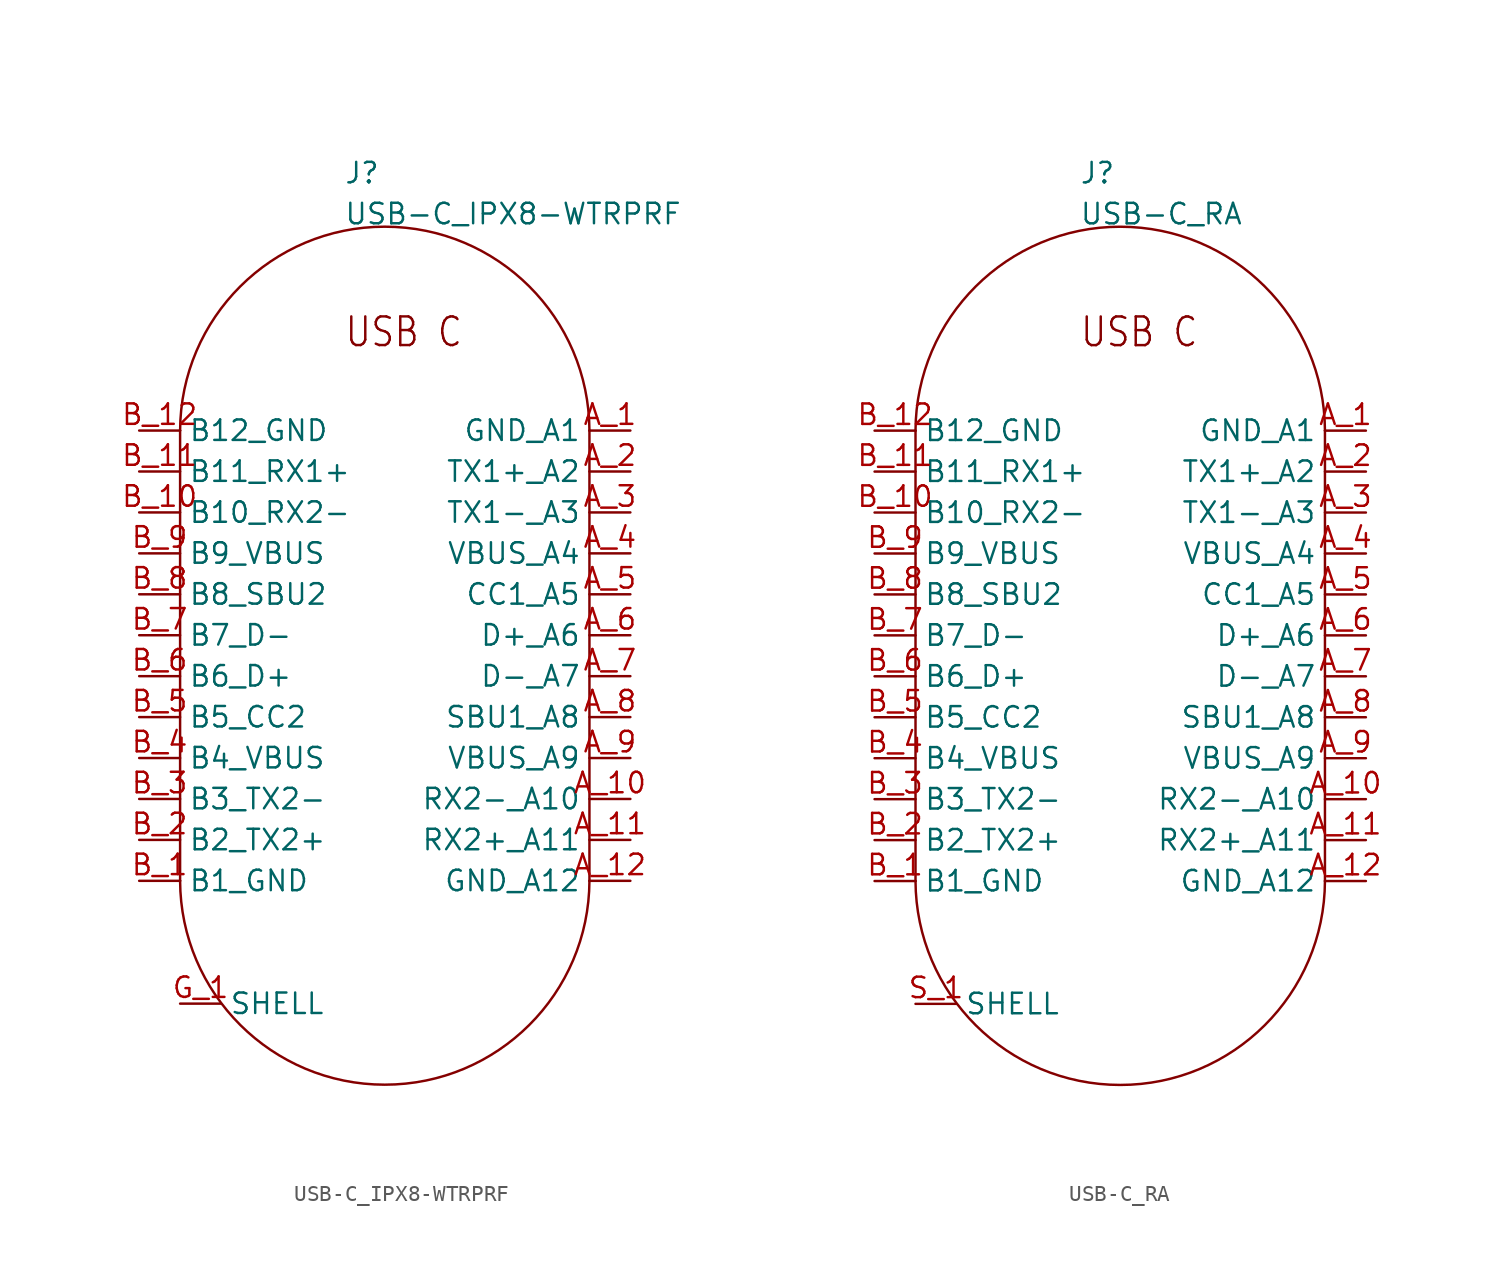
<source format=kicad_sym>
(kicad_symbol_lib
  (version 20211014)
  (generator kicad_symbol_editor)
  (symbol "USB-C_IPX8-WTRPRF"
    (pin_names)
    (property "Reference" "J"
      (at -2.54 27.94 0)
      (effects (font (size 1.27 1.27)) (justify left bottom)))
    (property "Value" "USB-C_IPX8-WTRPRF"
      (at -2.54 25.4 0)
      (effects (font (size 1.27 1.27)) (justify left bottom)))
    (property "Datasheet" ""
      (at 0 0 0))
    (property "ki_fp_filters" "FlashPCB_Connectors:USB-C_RA_TE_2305018-2"
      (at 0 0 0))
    (symbol "USB-C_IPX8-WTRPRF_1_1"
      (text "USB C" (at -2.54 17.78 0) (effects (font (size 1.778 1.52)) (justify left bottom)))
      (polyline (pts (xy -12.7 12.7) (xy -12.7 -15.24)) (stroke (width 0.152)) (fill (type none)))
      (arc (start -12.7 -15.24) (mid 0 -27.939999999999998) (end 12.7 -15.24) (stroke (width 0.1524) (type default)) (fill (type none)))
      (polyline (pts (xy 12.7 -15.24) (xy 12.7 12.7)) (stroke (width 0.152)) (fill (type none)))
      (arc (start 12.7 12.7) (mid 0 25.4) (end -12.7 12.7) (stroke (width 0.1524) (type default)) (fill (type none)))
      (pin bidirectional line (at 15.24 12.7 180) (length 2.54) (name "GND_A1" (effects (font (size 1.27 1.27)))) (number "A_1" (effects (font (size 1.27 1.27)))))
      (pin bidirectional line (at 15.24 10.16 180) (length 2.54) (name "TX1+_A2" (effects (font (size 1.27 1.27)))) (number "A_2" (effects (font (size 1.27 1.27)))))
      (pin bidirectional line (at 15.24 7.62 180) (length 2.54) (name "TX1-_A3" (effects (font (size 1.27 1.27)))) (number "A_3" (effects (font (size 1.27 1.27)))))
      (pin bidirectional line (at 15.24 5.08 180) (length 2.54) (name "VBUS_A4" (effects (font (size 1.27 1.27)))) (number "A_4" (effects (font (size 1.27 1.27)))))
      (pin bidirectional line (at 15.24 2.54 180) (length 2.54) (name "CC1_A5" (effects (font (size 1.27 1.27)))) (number "A_5" (effects (font (size 1.27 1.27)))))
      (pin bidirectional line (at 15.24 0 180) (length 2.54) (name "D+_A6" (effects (font (size 1.27 1.27)))) (number "A_6" (effects (font (size 1.27 1.27)))))
      (pin bidirectional line (at 15.24 -2.54 180) (length 2.54) (name "D-_A7" (effects (font (size 1.27 1.27)))) (number "A_7" (effects (font (size 1.27 1.27)))))
      (pin bidirectional line (at 15.24 -5.08 180) (length 2.54) (name "SBU1_A8" (effects (font (size 1.27 1.27)))) (number "A_8" (effects (font (size 1.27 1.27)))))
      (pin bidirectional line (at 15.24 -7.62 180) (length 2.54) (name "VBUS_A9" (effects (font (size 1.27 1.27)))) (number "A_9" (effects (font (size 1.27 1.27)))))
      (pin bidirectional line (at 15.24 -10.16 180) (length 2.54) (name "RX2-_A10" (effects (font (size 1.27 1.27)))) (number "A_10" (effects (font (size 1.27 1.27)))))
      (pin bidirectional line (at 15.24 -12.7 180) (length 2.54) (name "RX2+_A11" (effects (font (size 1.27 1.27)))) (number "A_11" (effects (font (size 1.27 1.27)))))
      (pin bidirectional line (at 15.24 -15.24 180) (length 2.54) (name "GND_A12" (effects (font (size 1.27 1.27)))) (number "A_12" (effects (font (size 1.27 1.27)))))
      (pin bidirectional line (at -15.24 -15.24 0) (length 2.54) (name "B1_GND" (effects (font (size 1.27 1.27)))) (number "B_1" (effects (font (size 1.27 1.27)))))
      (pin bidirectional line (at -15.24 -12.7 0) (length 2.54) (name "B2_TX2+" (effects (font (size 1.27 1.27)))) (number "B_2" (effects (font (size 1.27 1.27)))))
      (pin bidirectional line (at -15.24 -10.16 0) (length 2.54) (name "B3_TX2-" (effects (font (size 1.27 1.27)))) (number "B_3" (effects (font (size 1.27 1.27)))))
      (pin bidirectional line (at -15.24 -7.62 0) (length 2.54) (name "B4_VBUS" (effects (font (size 1.27 1.27)))) (number "B_4" (effects (font (size 1.27 1.27)))))
      (pin bidirectional line (at -15.24 -5.08 0) (length 2.54) (name "B5_CC2" (effects (font (size 1.27 1.27)))) (number "B_5" (effects (font (size 1.27 1.27)))))
      (pin bidirectional line (at -15.24 -2.54 0) (length 2.54) (name "B6_D+" (effects (font (size 1.27 1.27)))) (number "B_6" (effects (font (size 1.27 1.27)))))
      (pin bidirectional line (at -15.24 0 0) (length 2.54) (name "B7_D-" (effects (font (size 1.27 1.27)))) (number "B_7" (effects (font (size 1.27 1.27)))))
      (pin bidirectional line (at -15.24 2.54 0) (length 2.54) (name "B8_SBU2" (effects (font (size 1.27 1.27)))) (number "B_8" (effects (font (size 1.27 1.27)))))
      (pin bidirectional line (at -15.24 5.08 0) (length 2.54) (name "B9_VBUS" (effects (font (size 1.27 1.27)))) (number "B_9" (effects (font (size 1.27 1.27)))))
      (pin bidirectional line (at -15.24 7.62 0) (length 2.54) (name "B10_RX2-" (effects (font (size 1.27 1.27)))) (number "B_10" (effects (font (size 1.27 1.27)))))
      (pin bidirectional line (at -15.24 10.16 0) (length 2.54) (name "B11_RX1+" (effects (font (size 1.27 1.27)))) (number "B_11" (effects (font (size 1.27 1.27)))))
      (pin bidirectional line (at -15.24 12.7 0) (length 2.54) (name "B12_GND" (effects (font (size 1.27 1.27)))) (number "B_12" (effects (font (size 1.27 1.27)))))
      (pin bidirectional line (at -12.7 -22.86 0) (length 2.54) (name "SHELL" (effects (font (size 1.27 1.27)))) (number "G_1" (effects (font (size 1.27 1.27)))))
      (pin bidirectional line (at -12.7 -22.86 0) (length 2.54) hide (name "SHELL" (effects (font (size 1.27 1.27)))) (number "G_2" (effects (font (size 1.27 1.27)))))))
  (symbol "USB-C_RA"
    (pin_names)
    (property "Reference" "J"
      (at -2.54 27.94 0)
      (effects (font (size 1.27 1.27)) (justify left bottom)))
    (property "Value" "USB-C_RA"
      (at -2.54 25.4 0)
      (effects (font (size 1.27 1.27)) (justify left bottom)))
    (property "Datasheet" ""
      (at 0 0 0))
    (property "ki_fp_filters" "FlashPCB_Connectors:USB-C_3.2_RA_AMP_12401610E4#2A"
      (at 0 0 0))
    (symbol "USB-C_RA_1_1"
      (text "USB C" (at -2.54 17.78 0) (effects (font (size 1.778 1.52)) (justify left bottom)))
      (polyline (pts (xy -12.7 12.7) (xy -12.7 -15.24)) (stroke (width 0.152)) (fill (type none)))
      (arc (start -12.7 -15.24) (mid 0 -27.939999999999998) (end 12.7 -15.24) (stroke (width 0.1524) (type default)) (fill (type none)))
      (polyline (pts (xy 12.7 -15.24) (xy 12.7 12.7)) (stroke (width 0.152)) (fill (type none)))
      (arc (start 12.7 12.7) (mid 0 25.4) (end -12.7 12.7) (stroke (width 0.1524) (type default)) (fill (type none)))
      (pin bidirectional line (at 15.24 12.7 180) (length 2.54) (name "GND_A1" (effects (font (size 1.27 1.27)))) (number "A_1" (effects (font (size 1.27 1.27)))))
      (pin bidirectional line (at 15.24 10.16 180) (length 2.54) (name "TX1+_A2" (effects (font (size 1.27 1.27)))) (number "A_2" (effects (font (size 1.27 1.27)))))
      (pin bidirectional line (at 15.24 7.62 180) (length 2.54) (name "TX1-_A3" (effects (font (size 1.27 1.27)))) (number "A_3" (effects (font (size 1.27 1.27)))))
      (pin bidirectional line (at 15.24 5.08 180) (length 2.54) (name "VBUS_A4" (effects (font (size 1.27 1.27)))) (number "A_4" (effects (font (size 1.27 1.27)))))
      (pin bidirectional line (at 15.24 2.54 180) (length 2.54) (name "CC1_A5" (effects (font (size 1.27 1.27)))) (number "A_5" (effects (font (size 1.27 1.27)))))
      (pin bidirectional line (at 15.24 0 180) (length 2.54) (name "D+_A6" (effects (font (size 1.27 1.27)))) (number "A_6" (effects (font (size 1.27 1.27)))))
      (pin bidirectional line (at 15.24 -2.54 180) (length 2.54) (name "D-_A7" (effects (font (size 1.27 1.27)))) (number "A_7" (effects (font (size 1.27 1.27)))))
      (pin bidirectional line (at 15.24 -5.08 180) (length 2.54) (name "SBU1_A8" (effects (font (size 1.27 1.27)))) (number "A_8" (effects (font (size 1.27 1.27)))))
      (pin bidirectional line (at 15.24 -7.62 180) (length 2.54) (name "VBUS_A9" (effects (font (size 1.27 1.27)))) (number "A_9" (effects (font (size 1.27 1.27)))))
      (pin bidirectional line (at 15.24 -10.16 180) (length 2.54) (name "RX2-_A10" (effects (font (size 1.27 1.27)))) (number "A_10" (effects (font (size 1.27 1.27)))))
      (pin bidirectional line (at 15.24 -12.7 180) (length 2.54) (name "RX2+_A11" (effects (font (size 1.27 1.27)))) (number "A_11" (effects (font (size 1.27 1.27)))))
      (pin bidirectional line (at 15.24 -15.24 180) (length 2.54) (name "GND_A12" (effects (font (size 1.27 1.27)))) (number "A_12" (effects (font (size 1.27 1.27)))))
      (pin bidirectional line (at -15.24 -15.24 0) (length 2.54) (name "B1_GND" (effects (font (size 1.27 1.27)))) (number "B_1" (effects (font (size 1.27 1.27)))))
      (pin bidirectional line (at -15.24 -12.7 0) (length 2.54) (name "B2_TX2+" (effects (font (size 1.27 1.27)))) (number "B_2" (effects (font (size 1.27 1.27)))))
      (pin bidirectional line (at -15.24 -10.16 0) (length 2.54) (name "B3_TX2-" (effects (font (size 1.27 1.27)))) (number "B_3" (effects (font (size 1.27 1.27)))))
      (pin bidirectional line (at -15.24 -7.62 0) (length 2.54) (name "B4_VBUS" (effects (font (size 1.27 1.27)))) (number "B_4" (effects (font (size 1.27 1.27)))))
      (pin bidirectional line (at -15.24 -5.08 0) (length 2.54) (name "B5_CC2" (effects (font (size 1.27 1.27)))) (number "B_5" (effects (font (size 1.27 1.27)))))
      (pin bidirectional line (at -15.24 -2.54 0) (length 2.54) (name "B6_D+" (effects (font (size 1.27 1.27)))) (number "B_6" (effects (font (size 1.27 1.27)))))
      (pin bidirectional line (at -15.24 0 0) (length 2.54) (name "B7_D-" (effects (font (size 1.27 1.27)))) (number "B_7" (effects (font (size 1.27 1.27)))))
      (pin bidirectional line (at -15.24 2.54 0) (length 2.54) (name "B8_SBU2" (effects (font (size 1.27 1.27)))) (number "B_8" (effects (font (size 1.27 1.27)))))
      (pin bidirectional line (at -15.24 5.08 0) (length 2.54) (name "B9_VBUS" (effects (font (size 1.27 1.27)))) (number "B_9" (effects (font (size 1.27 1.27)))))
      (pin bidirectional line (at -15.24 7.62 0) (length 2.54) (name "B10_RX2-" (effects (font (size 1.27 1.27)))) (number "B_10" (effects (font (size 1.27 1.27)))))
      (pin bidirectional line (at -15.24 10.16 0) (length 2.54) (name "B11_RX1+" (effects (font (size 1.27 1.27)))) (number "B_11" (effects (font (size 1.27 1.27)))))
      (pin bidirectional line (at -15.24 12.7 0) (length 2.54) (name "B12_GND" (effects (font (size 1.27 1.27)))) (number "B_12" (effects (font (size 1.27 1.27)))))
      (pin bidirectional line (at -12.7 -22.86 0) (length 2.54) (name "SHELL" (effects (font (size 1.27 1.27)))) (number "S_1" (effects (font (size 1.27 1.27)))))
      (pin bidirectional line (at -12.7 -22.86 0) (length 2.54) hide (name "SHELL" (effects (font (size 1.27 1.27)))) (number "S_2" (effects (font (size 1.27 1.27)))))
      (pin bidirectional line (at -12.7 -22.86 0) (length 2.54) hide (name "SHELL" (effects (font (size 1.27 1.27)))) (number "S_3" (effects (font (size 1.27 1.27)))))
      (pin bidirectional line (at -12.7 -22.86 0) (length 2.54) hide (name "SHELL" (effects (font (size 1.27 1.27)))) (number "S_4" (effects (font (size 1.27 1.27))))))))
</source>
